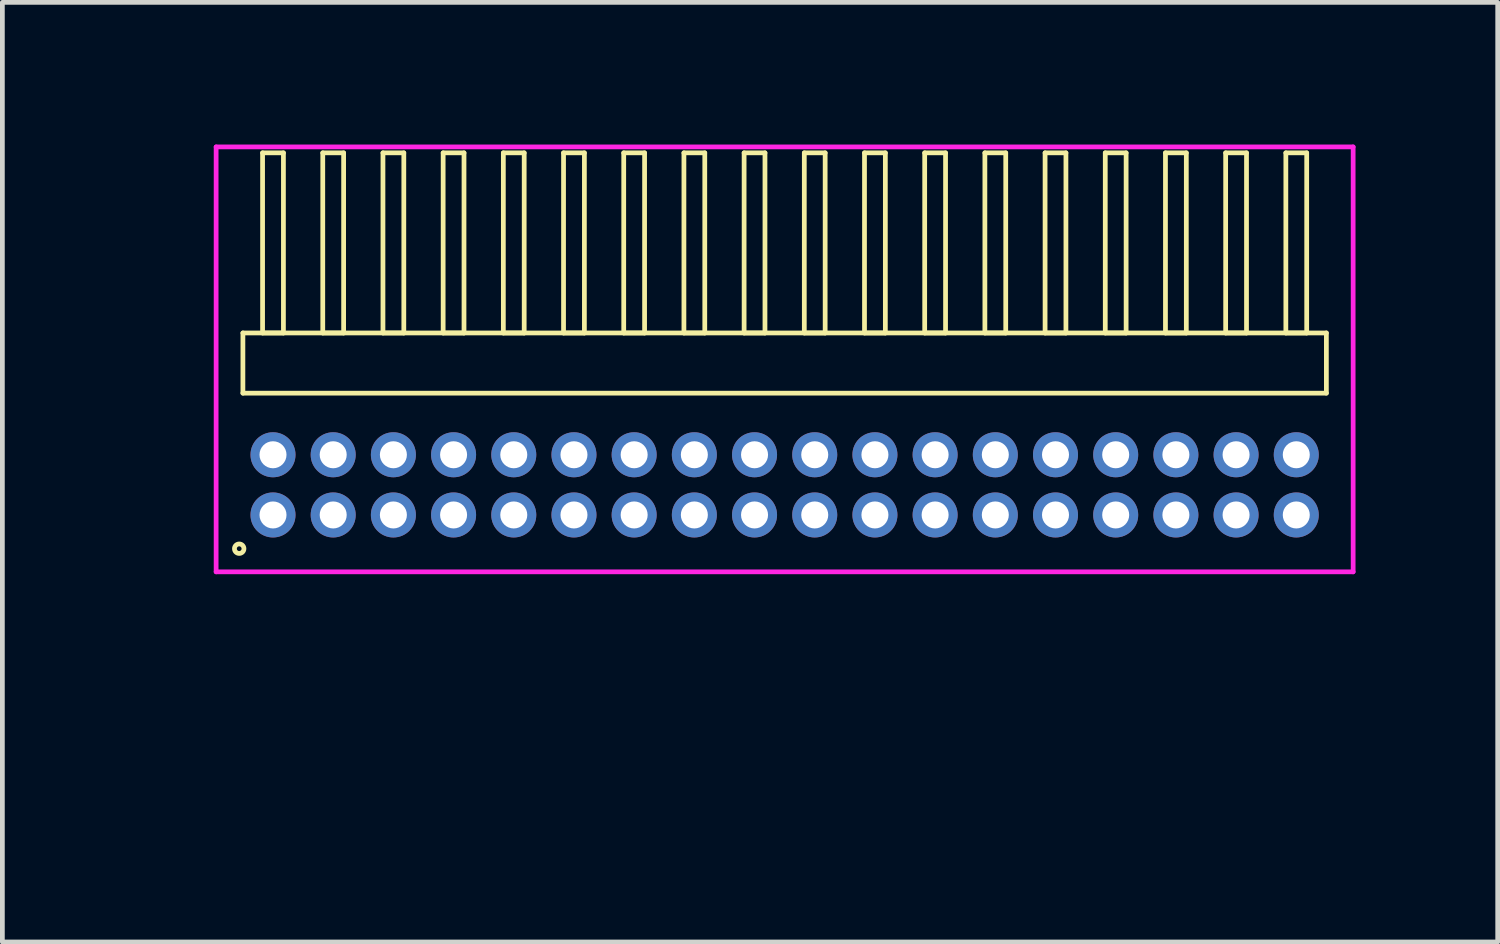
<source format=kicad_pcb>
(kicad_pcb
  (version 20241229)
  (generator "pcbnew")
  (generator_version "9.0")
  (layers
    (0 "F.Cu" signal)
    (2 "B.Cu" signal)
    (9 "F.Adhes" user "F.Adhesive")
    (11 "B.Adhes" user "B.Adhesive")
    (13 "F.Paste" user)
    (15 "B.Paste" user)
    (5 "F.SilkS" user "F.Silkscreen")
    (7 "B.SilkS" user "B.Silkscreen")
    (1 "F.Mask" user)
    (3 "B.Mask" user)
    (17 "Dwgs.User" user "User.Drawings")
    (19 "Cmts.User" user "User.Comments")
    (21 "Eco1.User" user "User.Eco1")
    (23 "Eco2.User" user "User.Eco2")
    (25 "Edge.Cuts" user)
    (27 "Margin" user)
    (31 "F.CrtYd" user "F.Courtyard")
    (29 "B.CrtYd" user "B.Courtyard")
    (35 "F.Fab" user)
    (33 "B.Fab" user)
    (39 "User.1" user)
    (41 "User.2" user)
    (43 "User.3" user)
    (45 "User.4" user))
  (footprint "HDR_RA127P18x2"
    (layer "F.Cu")
    (at 13.505 7.18)
    (property "Reference" "HDR_RA127P18x2" (at -12.745 0 90) (layer "User.1") (effects (font (size 1 1) (thickness 0.1))))
    (attr through_hole)
    (fp_line (start -11.43 -3.205) (end -11.43 -1.935) (stroke (width 0.1) (type solid)) (layer "F.SilkS"))
    (fp_line (start -11.43 -1.935) (end 11.43 -1.935) (stroke (width 0.1) (type solid)) (layer "F.SilkS"))
    (fp_line (start -11.015 -7.005) (end -11.015 -3.205) (stroke (width 0.1) (type solid)) (layer "F.SilkS"))
    (fp_line (start -11.015 -3.205) (end -10.575 -3.205) (stroke (width 0.1) (type solid)) (layer "F.SilkS"))
    (fp_line (start -10.575 -7.005) (end -11.015 -7.005) (stroke (width 0.1) (type solid)) (layer "F.SilkS"))
    (fp_line (start -10.575 -3.205) (end -10.575 -7.005) (stroke (width 0.1) (type solid)) (layer "F.SilkS"))
    (fp_line (start -9.745 -7.005) (end -9.745 -3.205) (stroke (width 0.1) (type solid)) (layer "F.SilkS"))
    (fp_line (start -9.745 -3.205) (end -9.305 -3.205) (stroke (width 0.1) (type solid)) (layer "F.SilkS"))
    (fp_line (start -9.305 -7.005) (end -9.745 -7.005) (stroke (width 0.1) (type solid)) (layer "F.SilkS"))
    (fp_line (start -9.305 -3.205) (end -9.305 -7.005) (stroke (width 0.1) (type solid)) (layer "F.SilkS"))
    (fp_line (start -8.475 -7.005) (end -8.475 -3.205) (stroke (width 0.1) (type solid)) (layer "F.SilkS"))
    (fp_line (start -8.475 -3.205) (end -8.035 -3.205) (stroke (width 0.1) (type solid)) (layer "F.SilkS"))
    (fp_line (start -8.035 -7.005) (end -8.475 -7.005) (stroke (width 0.1) (type solid)) (layer "F.SilkS"))
    (fp_line (start -8.035 -3.205) (end -8.035 -7.005) (stroke (width 0.1) (type solid)) (layer "F.SilkS"))
    (fp_line (start -7.205 -7.005) (end -7.205 -3.205) (stroke (width 0.1) (type solid)) (layer "F.SilkS"))
    (fp_line (start -7.205 -3.205) (end -6.765 -3.205) (stroke (width 0.1) (type solid)) (layer "F.SilkS"))
    (fp_line (start -6.765 -7.005) (end -7.205 -7.005) (stroke (width 0.1) (type solid)) (layer "F.SilkS"))
    (fp_line (start -6.765 -3.205) (end -6.765 -7.005) (stroke (width 0.1) (type solid)) (layer "F.SilkS"))
    (fp_line (start -5.935 -7.005) (end -5.935 -3.205) (stroke (width 0.1) (type solid)) (layer "F.SilkS"))
    (fp_line (start -5.935 -3.205) (end -5.495 -3.205) (stroke (width 0.1) (type solid)) (layer "F.SilkS"))
    (fp_line (start -5.495 -7.005) (end -5.935 -7.005) (stroke (width 0.1) (type solid)) (layer "F.SilkS"))
    (fp_line (start -5.495 -3.205) (end -5.495 -7.005) (stroke (width 0.1) (type solid)) (layer "F.SilkS"))
    (fp_line (start -4.665 -7.005) (end -4.665 -3.205) (stroke (width 0.1) (type solid)) (layer "F.SilkS"))
    (fp_line (start -4.665 -3.205) (end -4.225 -3.205) (stroke (width 0.1) (type solid)) (layer "F.SilkS"))
    (fp_line (start -4.225 -7.005) (end -4.665 -7.005) (stroke (width 0.1) (type solid)) (layer "F.SilkS"))
    (fp_line (start -4.225 -3.205) (end -4.225 -7.005) (stroke (width 0.1) (type solid)) (layer "F.SilkS"))
    (fp_line (start -3.395 -7.005) (end -3.395 -3.205) (stroke (width 0.1) (type solid)) (layer "F.SilkS"))
    (fp_line (start -3.395 -3.205) (end -2.955 -3.205) (stroke (width 0.1) (type solid)) (layer "F.SilkS"))
    (fp_line (start -2.955 -7.005) (end -3.395 -7.005) (stroke (width 0.1) (type solid)) (layer "F.SilkS"))
    (fp_line (start -2.955 -3.205) (end -2.955 -7.005) (stroke (width 0.1) (type solid)) (layer "F.SilkS"))
    (fp_line (start -2.125 -7.005) (end -2.125 -3.205) (stroke (width 0.1) (type solid)) (layer "F.SilkS"))
    (fp_line (start -2.125 -3.205) (end -1.685 -3.205) (stroke (width 0.1) (type solid)) (layer "F.SilkS"))
    (fp_line (start -1.685 -7.005) (end -2.125 -7.005) (stroke (width 0.1) (type solid)) (layer "F.SilkS"))
    (fp_line (start -1.685 -3.205) (end -1.685 -7.005) (stroke (width 0.1) (type solid)) (layer "F.SilkS"))
    (fp_line (start -0.855 -7.005) (end -0.855 -3.205) (stroke (width 0.1) (type solid)) (layer "F.SilkS"))
    (fp_line (start -0.855 -3.205) (end -0.415 -3.205) (stroke (width 0.1) (type solid)) (layer "F.SilkS"))
    (fp_line (start -0.415 -7.005) (end -0.855 -7.005) (stroke (width 0.1) (type solid)) (layer "F.SilkS"))
    (fp_line (start -0.415 -3.205) (end -0.415 -7.005) (stroke (width 0.1) (type solid)) (layer "F.SilkS"))
    (fp_line (start 0.415 -7.005) (end 0.415 -3.205) (stroke (width 0.1) (type solid)) (layer "F.SilkS"))
    (fp_line (start 0.415 -3.205) (end 0.855 -3.205) (stroke (width 0.1) (type solid)) (layer "F.SilkS"))
    (fp_line (start 0.855 -7.005) (end 0.415 -7.005) (stroke (width 0.1) (type solid)) (layer "F.SilkS"))
    (fp_line (start 0.855 -3.205) (end 0.855 -7.005) (stroke (width 0.1) (type solid)) (layer "F.SilkS"))
    (fp_line (start 1.685 -7.005) (end 1.685 -3.205) (stroke (width 0.1) (type solid)) (layer "F.SilkS"))
    (fp_line (start 1.685 -3.205) (end 2.125 -3.205) (stroke (width 0.1) (type solid)) (layer "F.SilkS"))
    (fp_line (start 2.125 -7.005) (end 1.685 -7.005) (stroke (width 0.1) (type solid)) (layer "F.SilkS"))
    (fp_line (start 2.125 -3.205) (end 2.125 -7.005) (stroke (width 0.1) (type solid)) (layer "F.SilkS"))
    (fp_line (start 2.955 -7.005) (end 2.955 -3.205) (stroke (width 0.1) (type solid)) (layer "F.SilkS"))
    (fp_line (start 2.955 -3.205) (end 3.395 -3.205) (stroke (width 0.1) (type solid)) (layer "F.SilkS"))
    (fp_line (start 3.395 -7.005) (end 2.955 -7.005) (stroke (width 0.1) (type solid)) (layer "F.SilkS"))
    (fp_line (start 3.395 -3.205) (end 3.395 -7.005) (stroke (width 0.1) (type solid)) (layer "F.SilkS"))
    (fp_line (start 4.225 -7.005) (end 4.225 -3.205) (stroke (width 0.1) (type solid)) (layer "F.SilkS"))
    (fp_line (start 4.225 -3.205) (end 4.665 -3.205) (stroke (width 0.1) (type solid)) (layer "F.SilkS"))
    (fp_line (start 4.665 -7.005) (end 4.225 -7.005) (stroke (width 0.1) (type solid)) (layer "F.SilkS"))
    (fp_line (start 4.665 -3.205) (end 4.665 -7.005) (stroke (width 0.1) (type solid)) (layer "F.SilkS"))
    (fp_line (start 5.495 -7.005) (end 5.495 -3.205) (stroke (width 0.1) (type solid)) (layer "F.SilkS"))
    (fp_line (start 5.495 -3.205) (end 5.935 -3.205) (stroke (width 0.1) (type solid)) (layer "F.SilkS"))
    (fp_line (start 5.935 -7.005) (end 5.495 -7.005) (stroke (width 0.1) (type solid)) (layer "F.SilkS"))
    (fp_line (start 5.935 -3.205) (end 5.935 -7.005) (stroke (width 0.1) (type solid)) (layer "F.SilkS"))
    (fp_line (start 6.765 -7.005) (end 6.765 -3.205) (stroke (width 0.1) (type solid)) (layer "F.SilkS"))
    (fp_line (start 6.765 -3.205) (end 7.205 -3.205) (stroke (width 0.1) (type solid)) (layer "F.SilkS"))
    (fp_line (start 7.205 -7.005) (end 6.765 -7.005) (stroke (width 0.1) (type solid)) (layer "F.SilkS"))
    (fp_line (start 7.205 -3.205) (end 7.205 -7.005) (stroke (width 0.1) (type solid)) (layer "F.SilkS"))
    (fp_line (start 8.035 -7.005) (end 8.035 -3.205) (stroke (width 0.1) (type solid)) (layer "F.SilkS"))
    (fp_line (start 8.035 -3.205) (end 8.475 -3.205) (stroke (width 0.1) (type solid)) (layer "F.SilkS"))
    (fp_line (start 8.475 -7.005) (end 8.035 -7.005) (stroke (width 0.1) (type solid)) (layer "F.SilkS"))
    (fp_line (start 8.475 -3.205) (end 8.475 -7.005) (stroke (width 0.1) (type solid)) (layer "F.SilkS"))
    (fp_line (start 9.305 -7.005) (end 9.305 -3.205) (stroke (width 0.1) (type solid)) (layer "F.SilkS"))
    (fp_line (start 9.305 -3.205) (end 9.745 -3.205) (stroke (width 0.1) (type solid)) (layer "F.SilkS"))
    (fp_line (start 9.745 -7.005) (end 9.305 -7.005) (stroke (width 0.1) (type solid)) (layer "F.SilkS"))
    (fp_line (start 9.745 -3.205) (end 9.745 -7.005) (stroke (width 0.1) (type solid)) (layer "F.SilkS"))
    (fp_line (start 10.575 -7.005) (end 10.575 -3.205) (stroke (width 0.1) (type solid)) (layer "F.SilkS"))
    (fp_line (start 10.575 -3.205) (end 11.015 -3.205) (stroke (width 0.1) (type solid)) (layer "F.SilkS"))
    (fp_line (start 11.015 -7.005) (end 10.575 -7.005) (stroke (width 0.1) (type solid)) (layer "F.SilkS"))
    (fp_line (start 11.015 -3.205) (end 11.015 -7.005) (stroke (width 0.1) (type solid)) (layer "F.SilkS"))
    (fp_line (start 11.43 -3.205) (end -11.43 -3.205) (stroke (width 0.1) (type solid)) (layer "F.SilkS"))
    (fp_line (start 11.43 -1.935) (end 11.43 -3.205) (stroke (width 0.1) (type solid)) (layer "F.SilkS"))
    (fp_circle (center -11.508 1.347) (end -11.408 1.347) (stroke (width 0.1) (type solid)) (fill no) (layer "F.SilkS"))
    (fp_line (start -11.995 -7.13) (end -11.995 1.835) (stroke (width 0.1) (type solid)) (layer "F.CrtYd"))
    (fp_line (start -11.995 1.835) (end 11.995 1.835) (stroke (width 0.1) (type solid)) (layer "F.CrtYd"))
    (fp_line (start 11.995 -7.13) (end -11.995 -7.13) (stroke (width 0.1) (type solid)) (layer "F.CrtYd"))
    (fp_line (start 11.995 1.835) (end 11.995 -7.13) (stroke (width 0.1) (type solid)) (layer "F.CrtYd"))
    (pad "1" thru_hole oval (at -10.795 0.635) (size 0.95 0.95) (drill 0.57) (layers "*.Cu" "*.Mask"))
    (pad "2" thru_hole oval (at -10.795 -0.635) (size 0.95 0.95) (drill 0.57) (layers "*.Cu" "*.Mask"))
    (pad "3" thru_hole oval (at -9.525 0.635) (size 0.95 0.95) (drill 0.57) (layers "*.Cu" "*.Mask"))
    (pad "4" thru_hole oval (at -9.525 -0.635) (size 0.95 0.95) (drill 0.57) (layers "*.Cu" "*.Mask"))
    (pad "5" thru_hole oval (at -8.255 0.635) (size 0.95 0.95) (drill 0.57) (layers "*.Cu" "*.Mask"))
    (pad "6" thru_hole oval (at -8.255 -0.635) (size 0.95 0.95) (drill 0.57) (layers "*.Cu" "*.Mask"))
    (pad "7" thru_hole oval (at -6.985 0.635) (size 0.95 0.95) (drill 0.57) (layers "*.Cu" "*.Mask"))
    (pad "8" thru_hole oval (at -6.985 -0.635) (size 0.95 0.95) (drill 0.57) (layers "*.Cu" "*.Mask"))
    (pad "9" thru_hole oval (at -5.715 0.635) (size 0.95 0.95) (drill 0.57) (layers "*.Cu" "*.Mask"))
    (pad "10" thru_hole oval (at -5.715 -0.635) (size 0.95 0.95) (drill 0.57) (layers "*.Cu" "*.Mask"))
    (pad "11" thru_hole oval (at -4.445 0.635) (size 0.95 0.95) (drill 0.57) (layers "*.Cu" "*.Mask"))
    (pad "12" thru_hole oval (at -4.445 -0.635) (size 0.95 0.95) (drill 0.57) (layers "*.Cu" "*.Mask"))
    (pad "13" thru_hole oval (at -3.175 0.635) (size 0.95 0.95) (drill 0.57) (layers "*.Cu" "*.Mask"))
    (pad "14" thru_hole oval (at -3.175 -0.635) (size 0.95 0.95) (drill 0.57) (layers "*.Cu" "*.Mask"))
    (pad "15" thru_hole oval (at -1.905 0.635) (size 0.95 0.95) (drill 0.57) (layers "*.Cu" "*.Mask"))
    (pad "16" thru_hole oval (at -1.905 -0.635) (size 0.95 0.95) (drill 0.57) (layers "*.Cu" "*.Mask"))
    (pad "17" thru_hole oval (at -0.635 0.635) (size 0.95 0.95) (drill 0.57) (layers "*.Cu" "*.Mask"))
    (pad "18" thru_hole oval (at -0.635 -0.635) (size 0.95 0.95) (drill 0.57) (layers "*.Cu" "*.Mask"))
    (pad "19" thru_hole oval (at 0.635 0.635) (size 0.95 0.95) (drill 0.57) (layers "*.Cu" "*.Mask"))
    (pad "20" thru_hole oval (at 0.635 -0.635) (size 0.95 0.95) (drill 0.57) (layers "*.Cu" "*.Mask"))
    (pad "21" thru_hole oval (at 1.905 0.635) (size 0.95 0.95) (drill 0.57) (layers "*.Cu" "*.Mask"))
    (pad "22" thru_hole oval (at 1.905 -0.635) (size 0.95 0.95) (drill 0.57) (layers "*.Cu" "*.Mask"))
    (pad "23" thru_hole oval (at 3.175 0.635) (size 0.95 0.95) (drill 0.57) (layers "*.Cu" "*.Mask"))
    (pad "24" thru_hole oval (at 3.175 -0.635) (size 0.95 0.95) (drill 0.57) (layers "*.Cu" "*.Mask"))
    (pad "25" thru_hole oval (at 4.445 0.635) (size 0.95 0.95) (drill 0.57) (layers "*.Cu" "*.Mask"))
    (pad "26" thru_hole oval (at 4.445 -0.635) (size 0.95 0.95) (drill 0.57) (layers "*.Cu" "*.Mask"))
    (pad "27" thru_hole oval (at 5.715 0.635) (size 0.95 0.95) (drill 0.57) (layers "*.Cu" "*.Mask"))
    (pad "28" thru_hole oval (at 5.715 -0.635) (size 0.95 0.95) (drill 0.57) (layers "*.Cu" "*.Mask"))
    (pad "29" thru_hole oval (at 6.985 0.635) (size 0.95 0.95) (drill 0.57) (layers "*.Cu" "*.Mask"))
    (pad "30" thru_hole oval (at 6.985 -0.635) (size 0.95 0.95) (drill 0.57) (layers "*.Cu" "*.Mask"))
    (pad "31" thru_hole oval (at 8.255 0.635) (size 0.95 0.95) (drill 0.57) (layers "*.Cu" "*.Mask"))
    (pad "32" thru_hole oval (at 8.255 -0.635) (size 0.95 0.95) (drill 0.57) (layers "*.Cu" "*.Mask"))
    (pad "33" thru_hole oval (at 9.525 0.635) (size 0.95 0.95) (drill 0.57) (layers "*.Cu" "*.Mask"))
    (pad "34" thru_hole oval (at 9.525 -0.635) (size 0.95 0.95) (drill 0.57) (layers "*.Cu" "*.Mask"))
    (pad "35" thru_hole oval (at 10.795 0.635) (size 0.95 0.95) (drill 0.57) (layers "*.Cu" "*.Mask"))
    (pad "36" thru_hole oval (at 10.795 -0.635) (size 0.95 0.95) (drill 0.57) (layers "*.Cu" "*.Mask")))
  (gr_rect
    (start -3 -3)
    (end 28.55 16.825)
    (stroke (width 0.1) (type default))
    (fill no)
    (layer "Edge.Cuts")))
</source>
